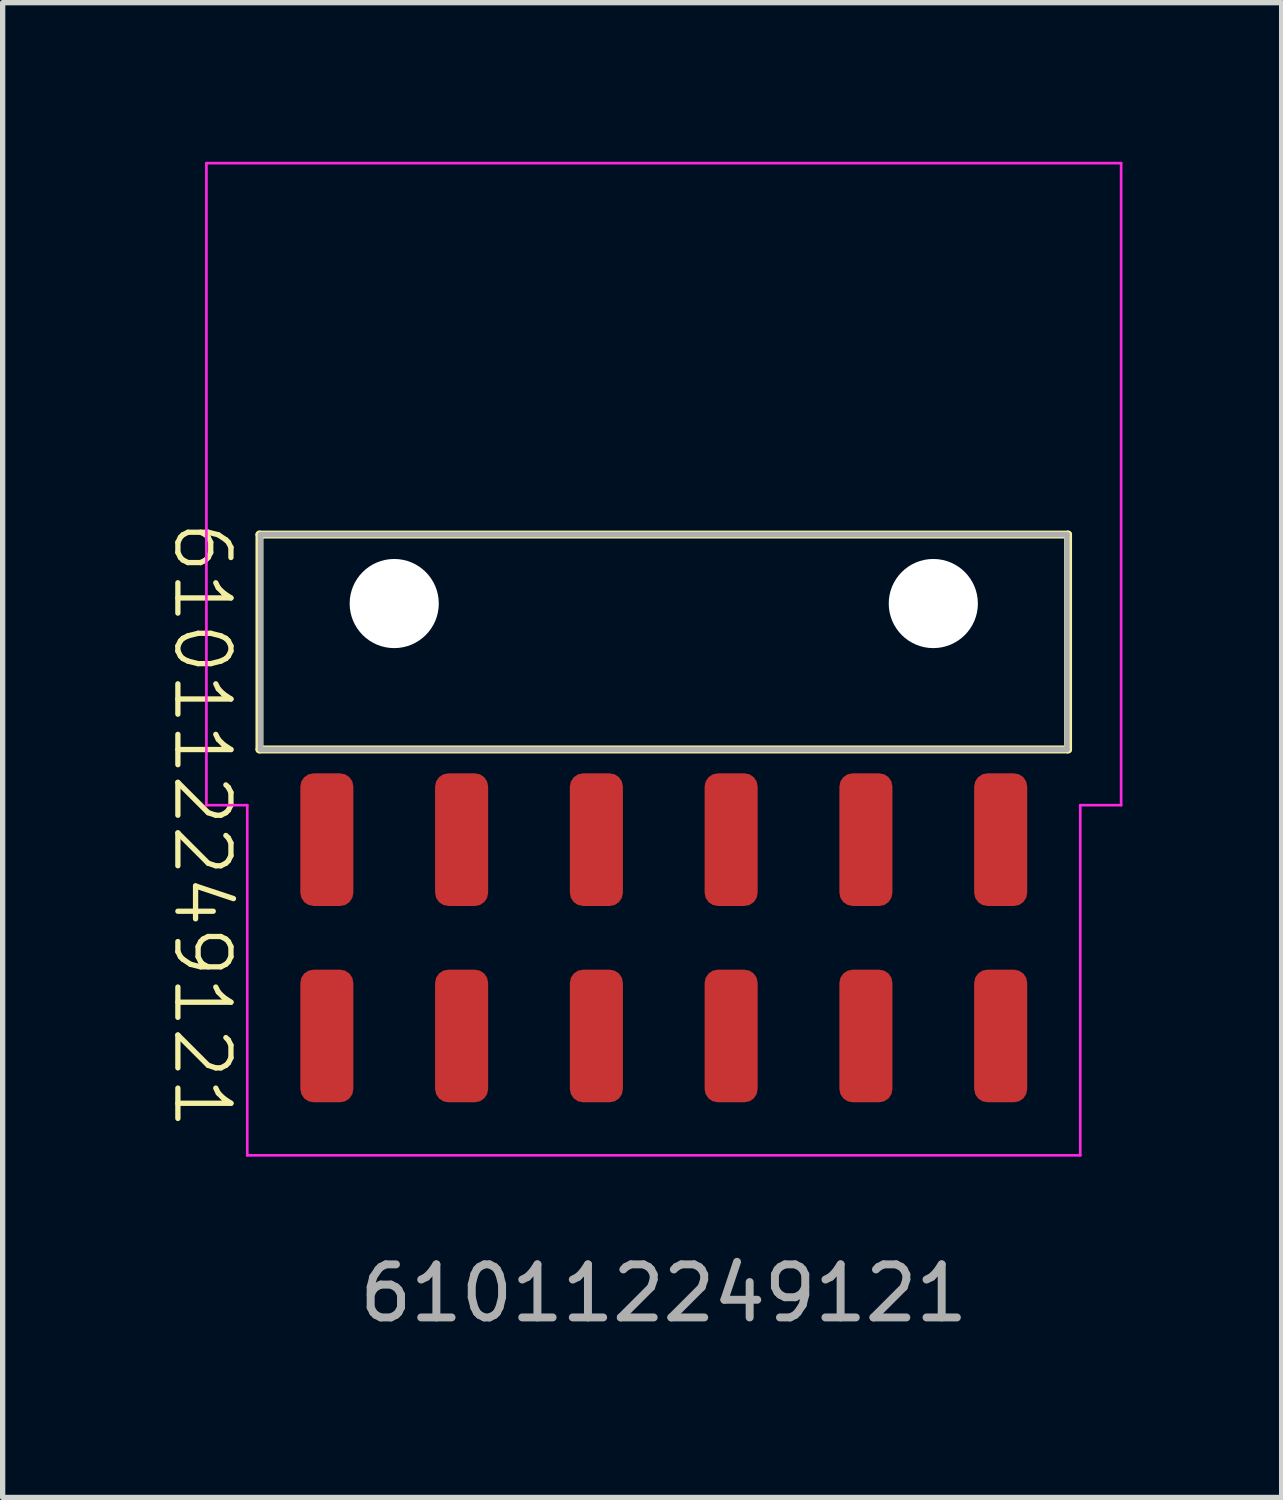
<source format=kicad_pcb>
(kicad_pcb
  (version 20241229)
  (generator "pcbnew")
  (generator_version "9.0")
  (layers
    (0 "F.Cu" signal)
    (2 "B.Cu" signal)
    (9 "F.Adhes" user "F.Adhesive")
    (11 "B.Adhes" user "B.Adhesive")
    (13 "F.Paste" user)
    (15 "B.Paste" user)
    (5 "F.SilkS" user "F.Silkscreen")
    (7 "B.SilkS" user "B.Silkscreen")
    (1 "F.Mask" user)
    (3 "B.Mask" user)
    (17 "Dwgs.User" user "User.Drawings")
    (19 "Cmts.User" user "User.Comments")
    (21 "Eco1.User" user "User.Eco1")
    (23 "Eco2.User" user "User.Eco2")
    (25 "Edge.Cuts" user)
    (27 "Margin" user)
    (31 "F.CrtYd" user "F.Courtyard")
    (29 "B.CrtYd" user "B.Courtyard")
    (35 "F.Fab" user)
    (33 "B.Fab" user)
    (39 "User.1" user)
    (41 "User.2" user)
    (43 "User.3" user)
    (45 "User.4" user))
  (footprint "610112249121"
    (layer "F.Cu")
    (at 9.46 14.625)
    (property "Reference" "610112249121" (at -8.7 -7.9 270) (unlocked yes) (layer "F.SilkS") (effects (font (size 1 1) (thickness 0.1)) (justify left)))
    (attr smd)
    (fp_line (start -7.62 -7.6) (end -7.62 -3.55) (stroke (width 0.15) (type default)) (layer "F.SilkS"))
    (fp_line (start -7.62 -7.6) (end 7.62 -7.6) (stroke (width 0.15) (type default)) (layer "F.SilkS"))
    (fp_line (start -7.62 -3.55) (end 7.62 -3.55) (stroke (width 0.15) (type default)) (layer "F.SilkS"))
    (fp_line (start 7.62 -7.6) (end 7.62 -3.55) (stroke (width 0.15) (type default)) (layer "F.SilkS"))
    (fp_line (start -8.62 -14.6) (end 8.62 -14.6) (stroke (width 0.05) (type default)) (layer "F.CrtYd"))
    (fp_line (start -8.62 -2.5) (end -8.62 -14.6) (stroke (width 0.05) (type default)) (layer "F.CrtYd"))
    (fp_line (start -8.62 -2.5) (end -7.85 -2.5) (stroke (width 0.05) (type default)) (layer "F.CrtYd"))
    (fp_line (start -7.85 -2.5) (end -7.85 4.1) (stroke (width 0.05) (type default)) (layer "F.CrtYd"))
    (fp_line (start -7.85 4.1) (end 7.85 4.1) (stroke (width 0.05) (type default)) (layer "F.CrtYd"))
    (fp_line (start 7.85 -2.5) (end 8.62 -2.5) (stroke (width 0.05) (type default)) (layer "F.CrtYd"))
    (fp_line (start 7.85 4.1) (end 7.85 -2.5) (stroke (width 0.05) (type default)) (layer "F.CrtYd"))
    (fp_line (start 8.62 -14.6) (end 8.62 -2.5) (stroke (width 0.05) (type default)) (layer "F.CrtYd"))
    (fp_line (start -7.6 -7.6) (end 7.6 -7.6) (stroke (width 0.1) (type default)) (layer "F.Fab"))
    (fp_line (start -7.6 -3.55) (end -7.6 -7.6) (stroke (width 0.1) (type default)) (layer "F.Fab"))
    (fp_line (start 7.6 -7.6) (end 7.6 -3.55) (stroke (width 0.1) (type default)) (layer "F.Fab"))
    (fp_line (start 7.6 -3.55) (end -7.6 -3.55) (stroke (width 0.1) (type default)) (layer "F.Fab"))
    (fp_text user "${REFERENCE}" (at 0 6.7 0) (unlocked yes) (layer "F.Fab") (effects (font (size 1 1) (thickness 0.15))))
    (pad "" np_thru_hole circle (at -5.08 -6.3) (size 1.68 1.68) (drill 1.68) (layers "*.Cu" "*.Mask"))
    (pad "" np_thru_hole circle (at 5.08 -6.3) (size 1.68 1.68) (drill 1.68) (layers "*.Cu" "*.Mask"))
    (pad "1" smd roundrect (at -6.35 1.85) (size 1 2.5) (layers "F.Cu" "F.Mask" "F.Paste") (roundrect_rratio 0.25))
    (pad "2" smd roundrect (at -6.35 -1.85) (size 1 2.5) (layers "F.Cu" "F.Mask" "F.Paste") (roundrect_rratio 0.25))
    (pad "3" smd roundrect (at -3.81 1.85) (size 1 2.5) (layers "F.Cu" "F.Mask" "F.Paste") (roundrect_rratio 0.25))
    (pad "4" smd roundrect (at -3.81 -1.85) (size 1 2.5) (layers "F.Cu" "F.Mask" "F.Paste") (roundrect_rratio 0.25))
    (pad "5" smd roundrect (at -1.27 1.85) (size 1 2.5) (layers "F.Cu" "F.Mask" "F.Paste") (roundrect_rratio 0.25))
    (pad "6" smd roundrect (at -1.27 -1.85) (size 1 2.5) (layers "F.Cu" "F.Mask" "F.Paste") (roundrect_rratio 0.25))
    (pad "7" smd roundrect (at 1.27 1.85) (size 1 2.5) (layers "F.Cu" "F.Mask" "F.Paste") (roundrect_rratio 0.25))
    (pad "8" smd roundrect (at 1.27 -1.85) (size 1 2.5) (layers "F.Cu" "F.Mask" "F.Paste") (roundrect_rratio 0.25))
    (pad "9" smd roundrect (at 3.81 1.85) (size 1 2.5) (layers "F.Cu" "F.Mask" "F.Paste") (roundrect_rratio 0.25))
    (pad "10" smd roundrect (at 3.81 -1.85) (size 1 2.5) (layers "F.Cu" "F.Mask" "F.Paste") (roundrect_rratio 0.25))
    (pad "11" smd roundrect (at 6.35 1.85) (size 1 2.5) (layers "F.Cu" "F.Mask" "F.Paste") (roundrect_rratio 0.25))
    (pad "12" smd roundrect (at 6.35 -1.85) (size 1 2.5) (layers "F.Cu" "F.Mask" "F.Paste") (roundrect_rratio 0.25)))
  (gr_rect
    (start -3 -3)
    (end 21.105 25.173)
    (stroke (width 0.1) (type default))
    (fill no)
    (layer "Edge.Cuts")))
</source>
